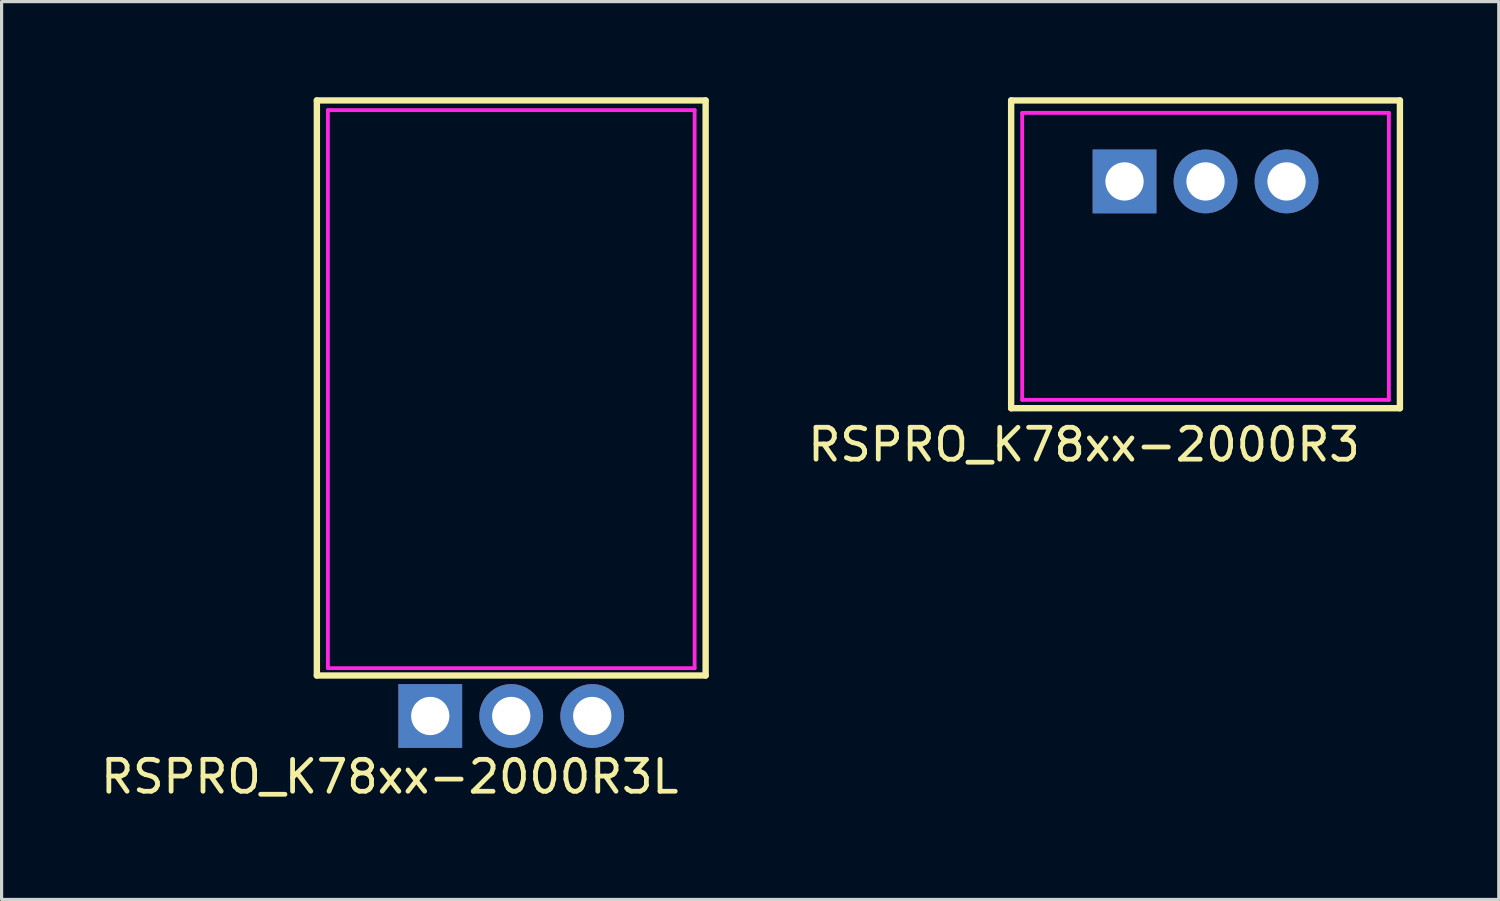
<source format=kicad_pcb>
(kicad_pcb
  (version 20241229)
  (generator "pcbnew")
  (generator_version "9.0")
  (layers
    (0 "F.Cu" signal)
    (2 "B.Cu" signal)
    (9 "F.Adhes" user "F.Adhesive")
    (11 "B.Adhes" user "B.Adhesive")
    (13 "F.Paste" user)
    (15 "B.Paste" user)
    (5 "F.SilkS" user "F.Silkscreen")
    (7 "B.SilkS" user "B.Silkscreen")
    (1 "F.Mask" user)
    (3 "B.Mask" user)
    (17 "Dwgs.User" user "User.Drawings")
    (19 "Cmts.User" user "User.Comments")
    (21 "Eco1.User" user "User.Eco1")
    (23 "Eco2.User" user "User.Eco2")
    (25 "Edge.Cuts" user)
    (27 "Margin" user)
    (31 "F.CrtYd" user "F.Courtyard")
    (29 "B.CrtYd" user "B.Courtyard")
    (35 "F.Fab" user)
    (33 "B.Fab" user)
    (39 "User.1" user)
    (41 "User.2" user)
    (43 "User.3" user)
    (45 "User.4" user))
  (footprint "RSPRO_K78xx-2000R3L"
    (layer "F.Cu")
    (at 12.983 19.404)
    (property "Reference" "RSPRO_K78xx-2000R3L" (at -3.81 1.905 0) (layer "F.SilkS") (effects (font (size 1 1) (thickness 0.15))))
    (attr through_hole)
    (fp_line (start -6.096 -19.304) (end 6.096 -19.304) (stroke (width 0.2) (type solid)) (layer "F.SilkS"))
    (fp_line (start -6.096 -1.27) (end -6.096 -19.304) (stroke (width 0.2) (type solid)) (layer "F.SilkS"))
    (fp_line (start 6.096 -19.304) (end 6.096 -1.27) (stroke (width 0.2) (type solid)) (layer "F.SilkS"))
    (fp_line (start 6.096 -1.27) (end -6.096 -1.27) (stroke (width 0.2) (type solid)) (layer "F.SilkS"))
    (fp_line (start -5.75 -19) (end 5.75 -19) (stroke (width 0.12) (type solid)) (layer "F.CrtYd"))
    (fp_line (start -5.75 -1.5) (end -5.75 -19) (stroke (width 0.12) (type solid)) (layer "F.CrtYd"))
    (fp_line (start -5.75 -1.5) (end 5.75 -1.5) (stroke (width 0.12) (type solid)) (layer "F.CrtYd"))
    (fp_line (start 5.75 -19) (end 5.75 -1.5) (stroke (width 0.12) (type solid)) (layer "F.CrtYd"))
    (pad "1" thru_hole rect (at -2.54 0) (size 2 2) (drill 1.2) (layers "*.Cu" "*.Mask"))
    (pad "2" thru_hole circle (at 0 0) (size 2 2) (drill 1.2) (layers "*.Cu" "*.Mask"))
    (pad "3" thru_hole circle (at 2.54 0) (size 2 2) (drill 1.2) (layers "*.Cu" "*.Mask")))
  (footprint "RSPRO_K78xx-2000R3"
    (layer "F.Cu")
    (at 34.756 2.64)
    (property "Reference" "RSPRO_K78xx-2000R3" (at -3.81 8.255 0) (layer "F.SilkS") (effects (font (size 1 1) (thickness 0.15))))
    (attr through_hole)
    (fp_line (start -6.096 -2.54) (end 6.096 -2.54) (stroke (width 0.2) (type solid)) (layer "F.SilkS"))
    (fp_line (start -6.096 7.112) (end -6.096 -2.54) (stroke (width 0.2) (type solid)) (layer "F.SilkS"))
    (fp_line (start 6.096 -2.54) (end 6.096 7.112) (stroke (width 0.2) (type solid)) (layer "F.SilkS"))
    (fp_line (start 6.096 7.112) (end -6.096 7.112) (stroke (width 0.2) (type solid)) (layer "F.SilkS"))
    (fp_line (start -5.75 -2.15) (end 5.75 -2.15) (stroke (width 0.12) (type solid)) (layer "F.CrtYd"))
    (fp_line (start -5.75 6.85) (end -5.75 -2.15) (stroke (width 0.12) (type solid)) (layer "F.CrtYd"))
    (fp_line (start 5.75 -2.15) (end 5.75 6.85) (stroke (width 0.12) (type solid)) (layer "F.CrtYd"))
    (fp_line (start 5.75 6.85) (end -5.75 6.85) (stroke (width 0.12) (type solid)) (layer "F.CrtYd"))
    (pad "1" thru_hole rect (at -2.54 0) (size 2 2) (drill 1.2) (layers "*.Cu" "*.Mask"))
    (pad "2" thru_hole circle (at 0 0) (size 2 2) (drill 1.2) (layers "*.Cu" "*.Mask"))
    (pad "3" thru_hole circle (at 2.54 0) (size 2 2) (drill 1.2) (layers "*.Cu" "*.Mask")))
  (gr_rect
    (start -3 -3)
    (end 43.952 25.157)
    (stroke (width 0.1) (type default))
    (fill no)
    (layer "Edge.Cuts")))
</source>
